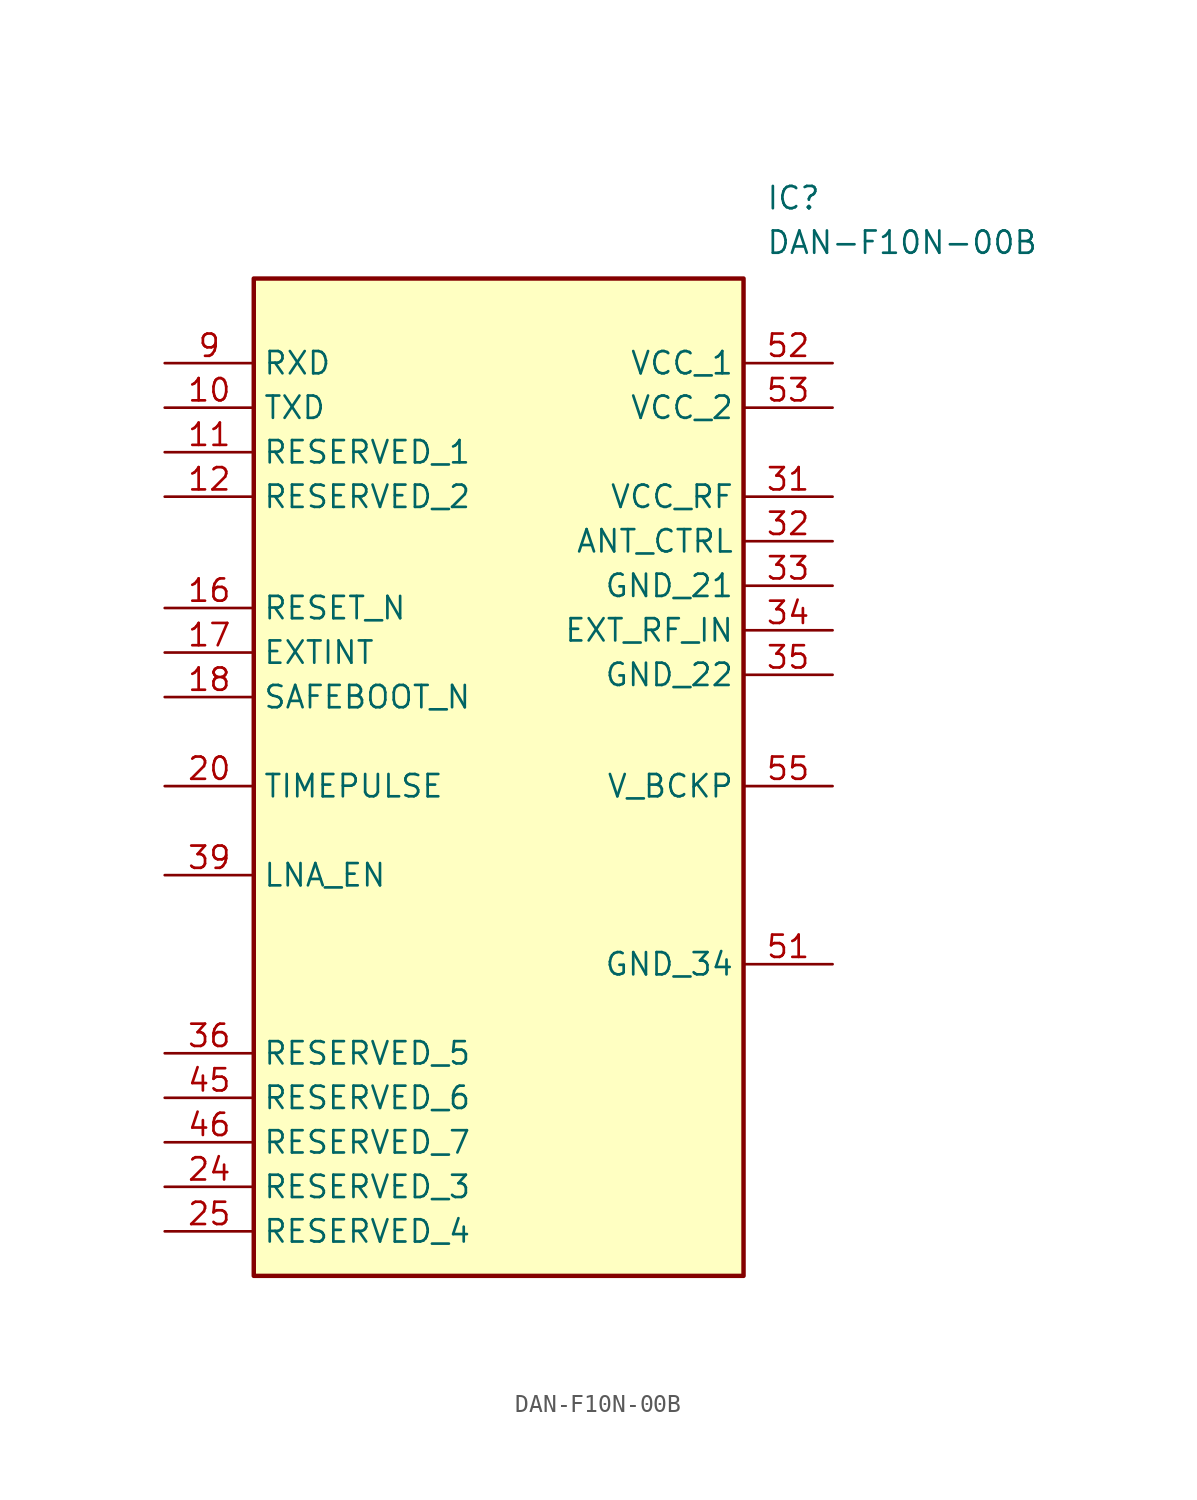
<source format=kicad_sym>
(kicad_symbol_lib
  (version 20241209)
  (generator "kicad_symbol_editor")
  (generator_version "9.0")
  (symbol "DAN-F10N-00B"
    (property "Reference" "IC"
      (at 34.29 7.62 0)
      (effects (font (size 1.27 1.27)) (justify left top)))
    (property "Value" "DAN-F10N-00B"
      (at 34.29 5.08 0)
      (effects (font (size 1.27 1.27)) (justify left top)))
    (symbol "DAN-F10N-00B_1_1"
      (rectangle (start 5.08 2.286) (end 33.02 -54.61) (stroke (width 0.254) (type default)) (fill (type background)))
      (pin passive line (at 0 -2.54 0) (length 5.08) (name "RXD" (effects (font (size 1.27 1.27)))) (number "9" (effects (font (size 1.27 1.27)))))
      (pin passive line (at 0 -5.08 0) (length 5.08) (name "TXD" (effects (font (size 1.27 1.27)))) (number "10" (effects (font (size 1.27 1.27)))))
      (pin passive line (at 0 -7.62 0) (length 5.08) (name "RESERVED_1" (effects (font (size 1.27 1.27)))) (number "11" (effects (font (size 1.27 1.27)))))
      (pin passive line (at 0 -10.16 0) (length 5.08) (name "RESERVED_2" (effects (font (size 1.27 1.27)))) (number "12" (effects (font (size 1.27 1.27)))))
      (pin passive line (at 0 -16.51 0) (length 5.08) (name "RESET_N" (effects (font (size 1.27 1.27)))) (number "16" (effects (font (size 1.27 1.27)))))
      (pin passive line (at 0 -19.05 0) (length 5.08) (name "EXTINT" (effects (font (size 1.27 1.27)))) (number "17" (effects (font (size 1.27 1.27)))))
      (pin passive line (at 0 -21.59 0) (length 5.08) (name "SAFEBOOT_N" (effects (font (size 1.27 1.27)))) (number "18" (effects (font (size 1.27 1.27)))))
      (pin passive line (at 0 -26.67 0) (length 5.08) (name "TIMEPULSE" (effects (font (size 1.27 1.27)))) (number "20" (effects (font (size 1.27 1.27)))))
      (pin passive line (at 0 -31.75 0) (length 5.08) (name "LNA_EN" (effects (font (size 1.27 1.27)))) (number "39" (effects (font (size 1.27 1.27)))))
      (pin passive line (at 0 -41.91 0) (length 5.08) (name "RESERVED_5" (effects (font (size 1.27 1.27)))) (number "36" (effects (font (size 1.27 1.27)))))
      (pin passive line (at 0 -44.45 0) (length 5.08) (name "RESERVED_6" (effects (font (size 1.27 1.27)))) (number "45" (effects (font (size 1.27 1.27)))))
      (pin passive line (at 0 -46.99 0) (length 5.08) (name "RESERVED_7" (effects (font (size 1.27 1.27)))) (number "46" (effects (font (size 1.27 1.27)))))
      (pin passive line (at 0 -49.53 0) (length 5.08) (name "RESERVED_3" (effects (font (size 1.27 1.27)))) (number "24" (effects (font (size 1.27 1.27)))))
      (pin passive line (at 0 -52.07 0) (length 5.08) (name "RESERVED_4" (effects (font (size 1.27 1.27)))) (number "25" (effects (font (size 1.27 1.27)))))
      (pin passive line (at 38.1 -2.54 180) (length 5.08) (name "VCC_1" (effects (font (size 1.27 1.27)))) (number "52" (effects (font (size 1.27 1.27)))))
      (pin passive line (at 38.1 -5.08 180) (length 5.08) (name "VCC_2" (effects (font (size 1.27 1.27)))) (number "53" (effects (font (size 1.27 1.27)))))
      (pin passive line (at 38.1 -10.16 180) (length 5.08) (name "VCC_RF" (effects (font (size 1.27 1.27)))) (number "31" (effects (font (size 1.27 1.27)))))
      (pin passive line (at 38.1 -12.7 180) (length 5.08) (name "ANT_CTRL" (effects (font (size 1.27 1.27)))) (number "32" (effects (font (size 1.27 1.27)))))
      (pin passive line (at 38.1 -15.24 180) (length 5.08) (name "GND_21" (effects (font (size 1.27 1.27)))) (number "33" (effects (font (size 1.27 1.27)))))
      (pin passive line (at 38.1 -17.78 180) (length 5.08) (name "EXT_RF_IN" (effects (font (size 1.27 1.27)))) (number "34" (effects (font (size 1.27 1.27)))))
      (pin passive line (at 38.1 -20.32 180) (length 5.08) (name "GND_22" (effects (font (size 1.27 1.27)))) (number "35" (effects (font (size 1.27 1.27)))))
      (pin passive line (at 38.1 -26.67 180) (length 5.08) (name "V_BCKP" (effects (font (size 1.27 1.27)))) (number "55" (effects (font (size 1.27 1.27)))))
      (pin passive line (at 38.1 -36.83 180) (length 5.08) (hide yes) (name "GND_1" (effects (font (size 1.27 1.27)))) (number "1" (effects (font (size 1.27 1.27)))))
      (pin passive line (at 38.1 -36.83 180) (length 5.08) (hide yes) (name "GND_80" (effects (font (size 1.27 1.27)))) (number "100" (effects (font (size 1.27 1.27)))))
      (pin passive line (at 38.1 -36.83 180) (length 5.08) (hide yes) (name "GND_9" (effects (font (size 1.27 1.27)))) (number "13" (effects (font (size 1.27 1.27)))))
      (pin passive line (at 38.1 -36.83 180) (length 5.08) (hide yes) (name "GND_10" (effects (font (size 1.27 1.27)))) (number "14" (effects (font (size 1.27 1.27)))))
      (pin passive line (at 38.1 -36.83 180) (length 5.08) (hide yes) (name "GND_11" (effects (font (size 1.27 1.27)))) (number "15" (effects (font (size 1.27 1.27)))))
      (pin passive line (at 38.1 -36.83 180) (length 5.08) (hide yes) (name "GND_12" (effects (font (size 1.27 1.27)))) (number "19" (effects (font (size 1.27 1.27)))))
      (pin passive line (at 38.1 -36.83 180) (length 5.08) (hide yes) (name "GND_2" (effects (font (size 1.27 1.27)))) (number "2" (effects (font (size 1.27 1.27)))))
      (pin passive line (at 38.1 -36.83 180) (length 5.08) (hide yes) (name "GND_13" (effects (font (size 1.27 1.27)))) (number "21" (effects (font (size 1.27 1.27)))))
      (pin passive line (at 38.1 -36.83 180) (length 5.08) (hide yes) (name "GND_14" (effects (font (size 1.27 1.27)))) (number "22" (effects (font (size 1.27 1.27)))))
      (pin passive line (at 38.1 -36.83 180) (length 5.08) (hide yes) (name "GND_15" (effects (font (size 1.27 1.27)))) (number "23" (effects (font (size 1.27 1.27)))))
      (pin passive line (at 38.1 -36.83 180) (length 5.08) (hide yes) (name "GND_16" (effects (font (size 1.27 1.27)))) (number "26" (effects (font (size 1.27 1.27)))))
      (pin passive line (at 38.1 -36.83 180) (length 5.08) (hide yes) (name "GND_17" (effects (font (size 1.27 1.27)))) (number "27" (effects (font (size 1.27 1.27)))))
      (pin passive line (at 38.1 -36.83 180) (length 5.08) (hide yes) (name "GND_18" (effects (font (size 1.27 1.27)))) (number "28" (effects (font (size 1.27 1.27)))))
      (pin passive line (at 38.1 -36.83 180) (length 5.08) (hide yes) (name "GND_19" (effects (font (size 1.27 1.27)))) (number "29" (effects (font (size 1.27 1.27)))))
      (pin passive line (at 38.1 -36.83 180) (length 5.08) (hide yes) (name "GND_3" (effects (font (size 1.27 1.27)))) (number "3" (effects (font (size 1.27 1.27)))))
      (pin passive line (at 38.1 -36.83 180) (length 5.08) (hide yes) (name "GND_20" (effects (font (size 1.27 1.27)))) (number "30" (effects (font (size 1.27 1.27)))))
      (pin passive line (at 38.1 -36.83 180) (length 5.08) (hide yes) (name "GND_23" (effects (font (size 1.27 1.27)))) (number "37" (effects (font (size 1.27 1.27)))))
      (pin passive line (at 38.1 -36.83 180) (length 5.08) (hide yes) (name "GND_24" (effects (font (size 1.27 1.27)))) (number "38" (effects (font (size 1.27 1.27)))))
      (pin passive line (at 38.1 -36.83 180) (length 5.08) (hide yes) (name "GND_4" (effects (font (size 1.27 1.27)))) (number "4" (effects (font (size 1.27 1.27)))))
      (pin passive line (at 38.1 -36.83 180) (length 5.08) (hide yes) (name "GND_25" (effects (font (size 1.27 1.27)))) (number "40" (effects (font (size 1.27 1.27)))))
      (pin passive line (at 38.1 -36.83 180) (length 5.08) (hide yes) (name "GND_26" (effects (font (size 1.27 1.27)))) (number "41" (effects (font (size 1.27 1.27)))))
      (pin passive line (at 38.1 -36.83 180) (length 5.08) (hide yes) (name "GND_27" (effects (font (size 1.27 1.27)))) (number "42" (effects (font (size 1.27 1.27)))))
      (pin passive line (at 38.1 -36.83 180) (length 5.08) (hide yes) (name "GND_28" (effects (font (size 1.27 1.27)))) (number "43" (effects (font (size 1.27 1.27)))))
      (pin passive line (at 38.1 -36.83 180) (length 5.08) (hide yes) (name "GND_29" (effects (font (size 1.27 1.27)))) (number "44" (effects (font (size 1.27 1.27)))))
      (pin passive line (at 38.1 -36.83 180) (length 5.08) (hide yes) (name "GND_30" (effects (font (size 1.27 1.27)))) (number "47" (effects (font (size 1.27 1.27)))))
      (pin passive line (at 38.1 -36.83 180) (length 5.08) (hide yes) (name "GND_31" (effects (font (size 1.27 1.27)))) (number "48" (effects (font (size 1.27 1.27)))))
      (pin passive line (at 38.1 -36.83 180) (length 5.08) (hide yes) (name "GND_32" (effects (font (size 1.27 1.27)))) (number "49" (effects (font (size 1.27 1.27)))))
      (pin passive line (at 38.1 -36.83 180) (length 5.08) (hide yes) (name "GND_5" (effects (font (size 1.27 1.27)))) (number "5" (effects (font (size 1.27 1.27)))))
      (pin passive line (at 38.1 -36.83 180) (length 5.08) (hide yes) (name "GND_33" (effects (font (size 1.27 1.27)))) (number "50" (effects (font (size 1.27 1.27)))))
      (pin passive line (at 38.1 -36.83 180) (length 5.08) (name "GND_34" (effects (font (size 1.27 1.27)))) (number "51" (effects (font (size 1.27 1.27)))))
      (pin passive line (at 38.1 -36.83 180) (length 5.08) (hide yes) (name "GND_35" (effects (font (size 1.27 1.27)))) (number "54" (effects (font (size 1.27 1.27)))))
      (pin passive line (at 38.1 -36.83 180) (length 5.08) (hide yes) (name "GND_36" (effects (font (size 1.27 1.27)))) (number "56" (effects (font (size 1.27 1.27)))))
      (pin passive line (at 38.1 -36.83 180) (length 5.08) (hide yes) (name "GND_37" (effects (font (size 1.27 1.27)))) (number "57" (effects (font (size 1.27 1.27)))))
      (pin passive line (at 38.1 -36.83 180) (length 5.08) (hide yes) (name "GND_38" (effects (font (size 1.27 1.27)))) (number "58" (effects (font (size 1.27 1.27)))))
      (pin passive line (at 38.1 -36.83 180) (length 5.08) (hide yes) (name "GND_39" (effects (font (size 1.27 1.27)))) (number "59" (effects (font (size 1.27 1.27)))))
      (pin passive line (at 38.1 -36.83 180) (length 5.08) (hide yes) (name "GND_6" (effects (font (size 1.27 1.27)))) (number "6" (effects (font (size 1.27 1.27)))))
      (pin passive line (at 38.1 -36.83 180) (length 5.08) (hide yes) (name "GND_40" (effects (font (size 1.27 1.27)))) (number "60" (effects (font (size 1.27 1.27)))))
      (pin passive line (at 38.1 -36.83 180) (length 5.08) (hide yes) (name "GND_41" (effects (font (size 1.27 1.27)))) (number "61" (effects (font (size 1.27 1.27)))))
      (pin passive line (at 38.1 -36.83 180) (length 5.08) (hide yes) (name "GND_42" (effects (font (size 1.27 1.27)))) (number "62" (effects (font (size 1.27 1.27)))))
      (pin passive line (at 38.1 -36.83 180) (length 5.08) (hide yes) (name "GND_43" (effects (font (size 1.27 1.27)))) (number "63" (effects (font (size 1.27 1.27)))))
      (pin passive line (at 38.1 -36.83 180) (length 5.08) (hide yes) (name "GND_44" (effects (font (size 1.27 1.27)))) (number "64" (effects (font (size 1.27 1.27)))))
      (pin passive line (at 38.1 -36.83 180) (length 5.08) (hide yes) (name "GND_45" (effects (font (size 1.27 1.27)))) (number "65" (effects (font (size 1.27 1.27)))))
      (pin passive line (at 38.1 -36.83 180) (length 5.08) (hide yes) (name "GND_46" (effects (font (size 1.27 1.27)))) (number "66" (effects (font (size 1.27 1.27)))))
      (pin passive line (at 38.1 -36.83 180) (length 5.08) (hide yes) (name "GND_47" (effects (font (size 1.27 1.27)))) (number "67" (effects (font (size 1.27 1.27)))))
      (pin passive line (at 38.1 -36.83 180) (length 5.08) (hide yes) (name "GND_48" (effects (font (size 1.27 1.27)))) (number "68" (effects (font (size 1.27 1.27)))))
      (pin passive line (at 38.1 -36.83 180) (length 5.08) (hide yes) (name "GND_49" (effects (font (size 1.27 1.27)))) (number "69" (effects (font (size 1.27 1.27)))))
      (pin passive line (at 38.1 -36.83 180) (length 5.08) (hide yes) (name "GND_7" (effects (font (size 1.27 1.27)))) (number "7" (effects (font (size 1.27 1.27)))))
      (pin passive line (at 38.1 -36.83 180) (length 5.08) (hide yes) (name "GND_50" (effects (font (size 1.27 1.27)))) (number "70" (effects (font (size 1.27 1.27)))))
      (pin passive line (at 38.1 -36.83 180) (length 5.08) (hide yes) (name "GND_51" (effects (font (size 1.27 1.27)))) (number "71" (effects (font (size 1.27 1.27)))))
      (pin passive line (at 38.1 -36.83 180) (length 5.08) (hide yes) (name "GND_52" (effects (font (size 1.27 1.27)))) (number "72" (effects (font (size 1.27 1.27)))))
      (pin passive line (at 38.1 -36.83 180) (length 5.08) (hide yes) (name "GND_53" (effects (font (size 1.27 1.27)))) (number "73" (effects (font (size 1.27 1.27)))))
      (pin passive line (at 38.1 -36.83 180) (length 5.08) (hide yes) (name "GND_54" (effects (font (size 1.27 1.27)))) (number "74" (effects (font (size 1.27 1.27)))))
      (pin passive line (at 38.1 -36.83 180) (length 5.08) (hide yes) (name "GND_55" (effects (font (size 1.27 1.27)))) (number "75" (effects (font (size 1.27 1.27)))))
      (pin passive line (at 38.1 -36.83 180) (length 5.08) (hide yes) (name "GND_56" (effects (font (size 1.27 1.27)))) (number "76" (effects (font (size 1.27 1.27)))))
      (pin passive line (at 38.1 -36.83 180) (length 5.08) (hide yes) (name "GND_57" (effects (font (size 1.27 1.27)))) (number "77" (effects (font (size 1.27 1.27)))))
      (pin passive line (at 38.1 -36.83 180) (length 5.08) (hide yes) (name "GND_58" (effects (font (size 1.27 1.27)))) (number "78" (effects (font (size 1.27 1.27)))))
      (pin passive line (at 38.1 -36.83 180) (length 5.08) (hide yes) (name "GND_59" (effects (font (size 1.27 1.27)))) (number "79" (effects (font (size 1.27 1.27)))))
      (pin passive line (at 38.1 -36.83 180) (length 5.08) (hide yes) (name "GND_8" (effects (font (size 1.27 1.27)))) (number "8" (effects (font (size 1.27 1.27)))))
      (pin passive line (at 38.1 -36.83 180) (length 5.08) (hide yes) (name "GND_60" (effects (font (size 1.27 1.27)))) (number "80" (effects (font (size 1.27 1.27)))))
      (pin passive line (at 38.1 -36.83 180) (length 5.08) (hide yes) (name "GND_61" (effects (font (size 1.27 1.27)))) (number "81" (effects (font (size 1.27 1.27)))))
      (pin passive line (at 38.1 -36.83 180) (length 5.08) (hide yes) (name "GND_62" (effects (font (size 1.27 1.27)))) (number "82" (effects (font (size 1.27 1.27)))))
      (pin passive line (at 38.1 -36.83 180) (length 5.08) (hide yes) (name "GND_63" (effects (font (size 1.27 1.27)))) (number "83" (effects (font (size 1.27 1.27)))))
      (pin passive line (at 38.1 -36.83 180) (length 5.08) (hide yes) (name "GND_64" (effects (font (size 1.27 1.27)))) (number "84" (effects (font (size 1.27 1.27)))))
      (pin passive line (at 38.1 -36.83 180) (length 5.08) (hide yes) (name "GND_65" (effects (font (size 1.27 1.27)))) (number "85" (effects (font (size 1.27 1.27)))))
      (pin passive line (at 38.1 -36.83 180) (length 5.08) (hide yes) (name "GND_66" (effects (font (size 1.27 1.27)))) (number "86" (effects (font (size 1.27 1.27)))))
      (pin passive line (at 38.1 -36.83 180) (length 5.08) (hide yes) (name "GND_67" (effects (font (size 1.27 1.27)))) (number "87" (effects (font (size 1.27 1.27)))))
      (pin passive line (at 38.1 -36.83 180) (length 5.08) (hide yes) (name "GND_68" (effects (font (size 1.27 1.27)))) (number "88" (effects (font (size 1.27 1.27)))))
      (pin passive line (at 38.1 -36.83 180) (length 5.08) (hide yes) (name "GND_69" (effects (font (size 1.27 1.27)))) (number "89" (effects (font (size 1.27 1.27)))))
      (pin passive line (at 38.1 -36.83 180) (length 5.08) (hide yes) (name "GND_70" (effects (font (size 1.27 1.27)))) (number "90" (effects (font (size 1.27 1.27)))))
      (pin passive line (at 38.1 -36.83 180) (length 5.08) (hide yes) (name "GND_71" (effects (font (size 1.27 1.27)))) (number "91" (effects (font (size 1.27 1.27)))))
      (pin passive line (at 38.1 -36.83 180) (length 5.08) (hide yes) (name "GND_72" (effects (font (size 1.27 1.27)))) (number "92" (effects (font (size 1.27 1.27)))))
      (pin passive line (at 38.1 -36.83 180) (length 5.08) (hide yes) (name "GND_73" (effects (font (size 1.27 1.27)))) (number "93" (effects (font (size 1.27 1.27)))))
      (pin passive line (at 38.1 -36.83 180) (length 5.08) (hide yes) (name "GND_74" (effects (font (size 1.27 1.27)))) (number "94" (effects (font (size 1.27 1.27)))))
      (pin passive line (at 38.1 -36.83 180) (length 5.08) (hide yes) (name "GND_75" (effects (font (size 1.27 1.27)))) (number "95" (effects (font (size 1.27 1.27)))))
      (pin passive line (at 38.1 -36.83 180) (length 5.08) (hide yes) (name "GND_76" (effects (font (size 1.27 1.27)))) (number "96" (effects (font (size 1.27 1.27)))))
      (pin passive line (at 38.1 -36.83 180) (length 5.08) (hide yes) (name "GND_77" (effects (font (size 1.27 1.27)))) (number "97" (effects (font (size 1.27 1.27)))))
      (pin passive line (at 38.1 -36.83 180) (length 5.08) (hide yes) (name "GND_78" (effects (font (size 1.27 1.27)))) (number "98" (effects (font (size 1.27 1.27)))))
      (pin passive line (at 38.1 -36.83 180) (length 5.08) (hide yes) (name "GND_79" (effects (font (size 1.27 1.27)))) (number "99" (effects (font (size 1.27 1.27))))))))
</source>
